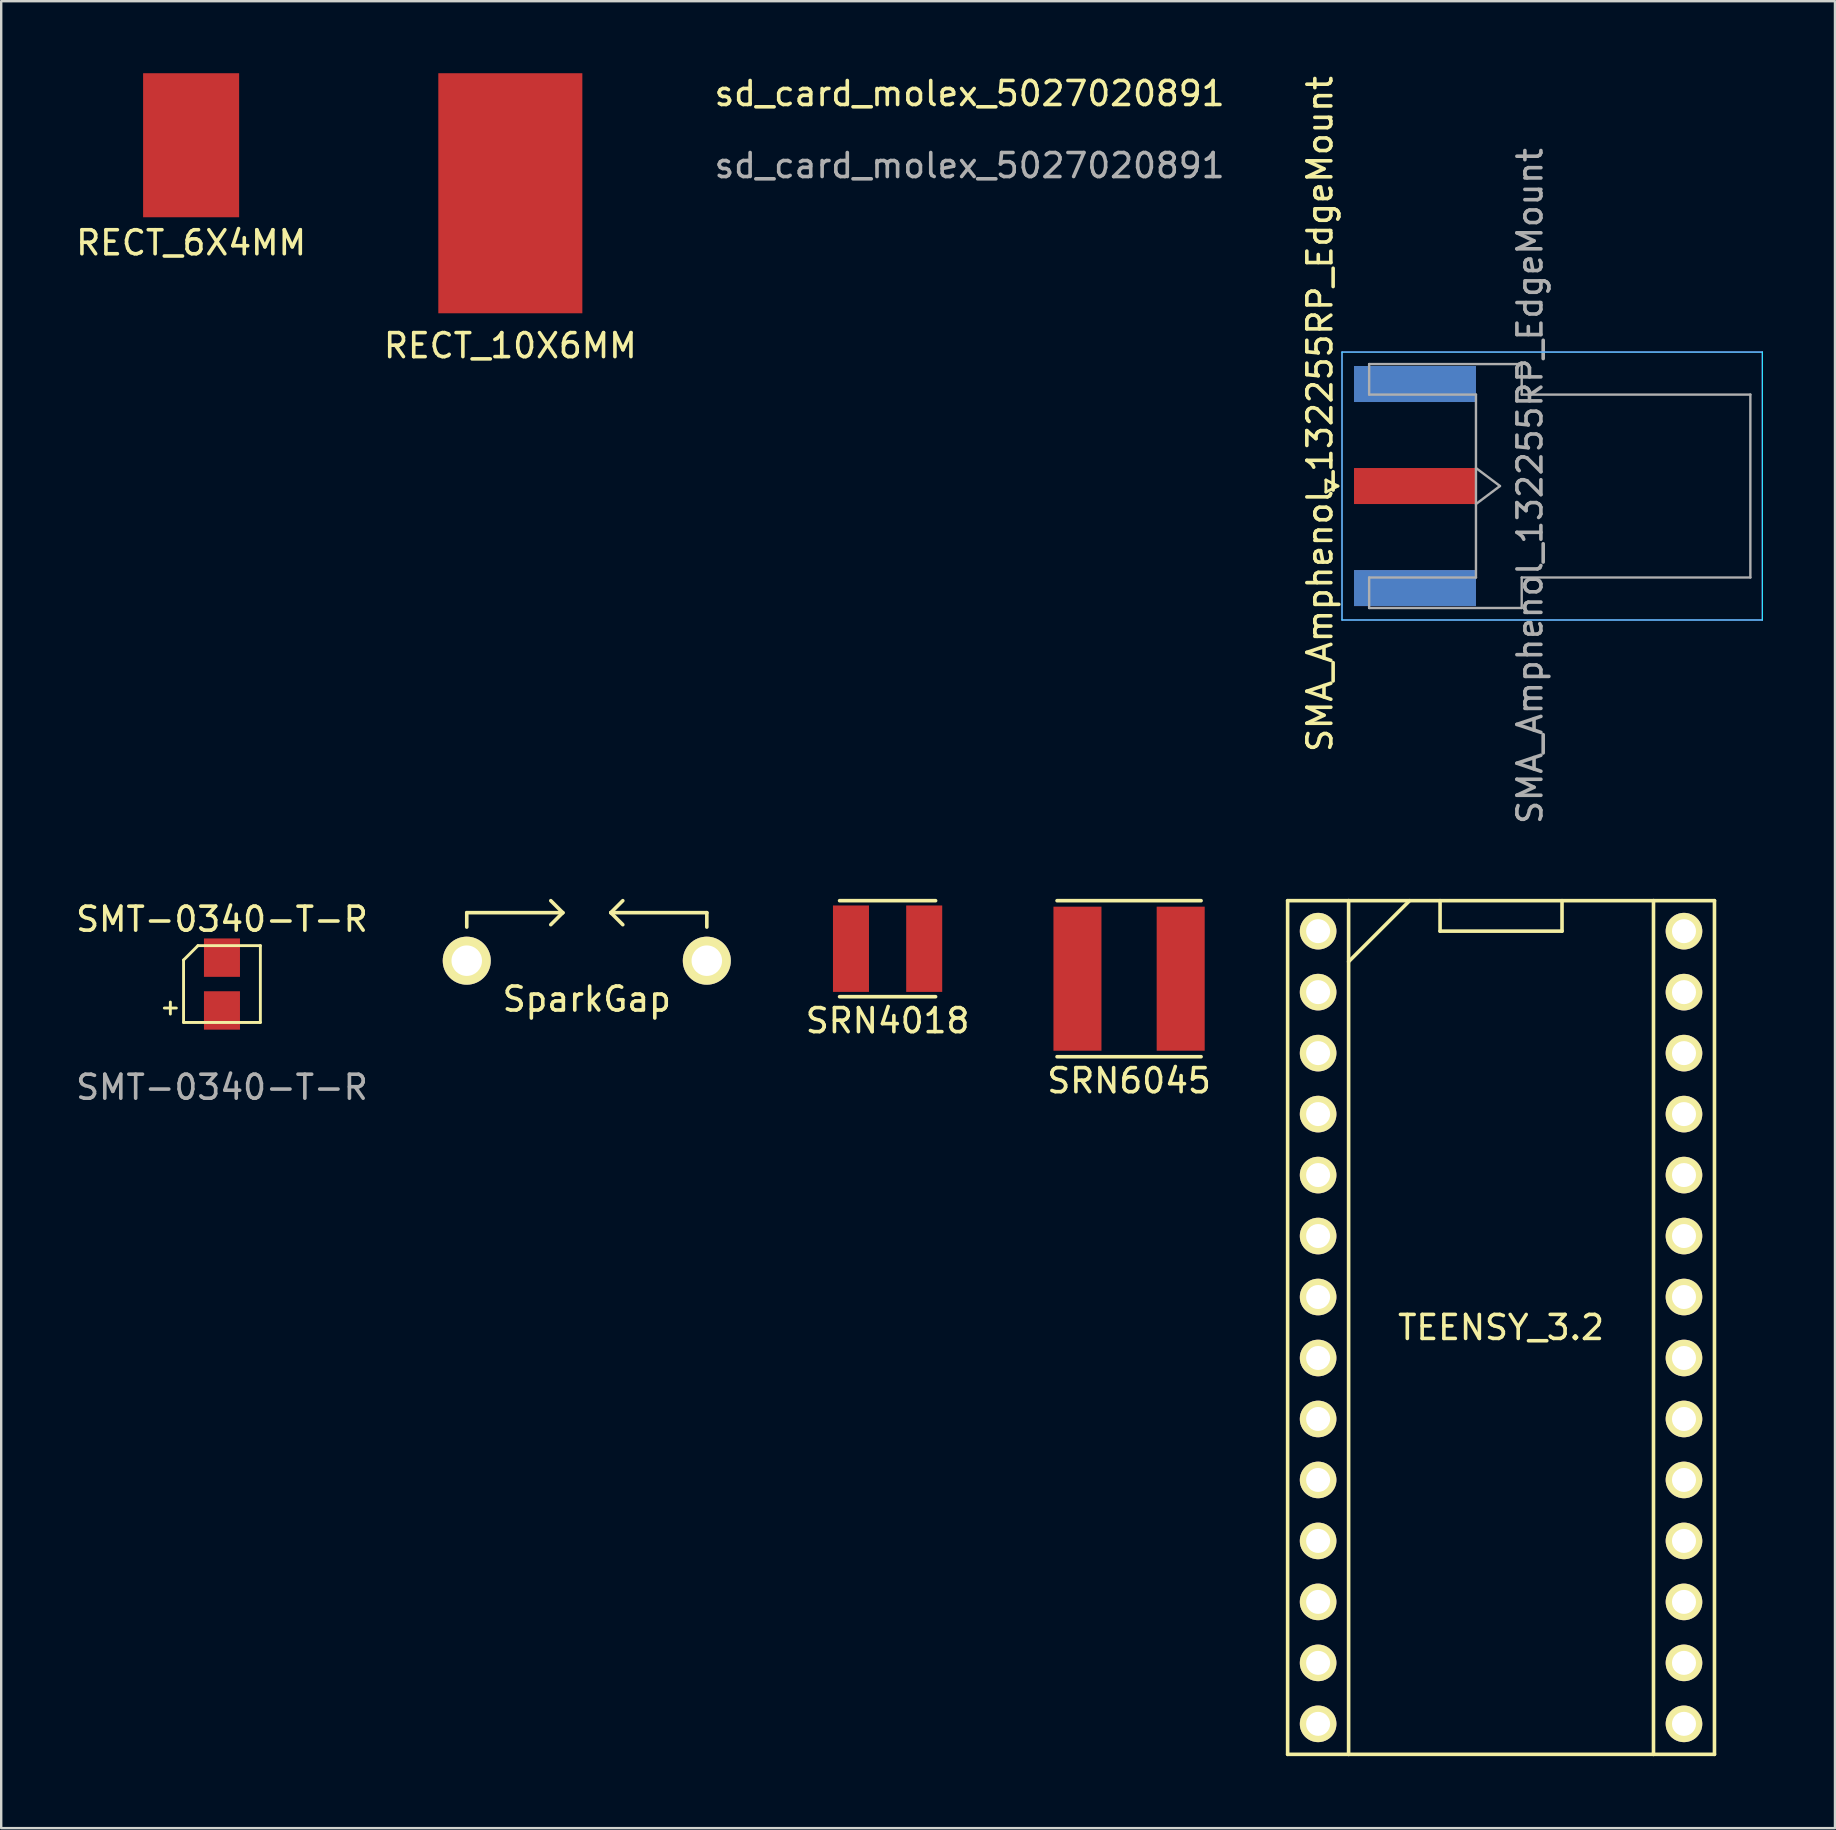
<source format=kicad_pcb>
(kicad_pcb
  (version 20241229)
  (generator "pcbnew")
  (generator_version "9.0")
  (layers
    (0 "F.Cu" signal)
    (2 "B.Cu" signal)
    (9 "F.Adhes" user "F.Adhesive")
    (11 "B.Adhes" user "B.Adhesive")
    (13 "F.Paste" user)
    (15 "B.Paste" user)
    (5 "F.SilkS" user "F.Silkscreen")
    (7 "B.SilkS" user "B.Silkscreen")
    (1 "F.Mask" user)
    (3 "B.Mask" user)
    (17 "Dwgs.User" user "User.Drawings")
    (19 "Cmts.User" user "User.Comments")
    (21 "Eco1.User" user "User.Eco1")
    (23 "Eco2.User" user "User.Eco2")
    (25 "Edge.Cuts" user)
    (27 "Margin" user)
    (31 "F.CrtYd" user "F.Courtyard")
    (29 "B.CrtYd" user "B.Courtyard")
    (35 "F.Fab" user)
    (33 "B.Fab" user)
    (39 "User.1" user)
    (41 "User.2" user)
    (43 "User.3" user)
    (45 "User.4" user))
  (footprint "SparkGap"
    (layer "F.Cu")
    (at 16.393 36.968)
    (property "Reference" "SparkGap" (at 5 1.6 0) (layer "F.SilkS") (effects (font (size 1 1) (thickness 0.15))))
    (attr through_hole)
    (fp_line (start 0 -1.4) (end 0 -2) (stroke (width 0.15) (type solid)) (layer "F.SilkS"))
    (fp_line (start 3.5 -2.5) (end 4 -2) (stroke (width 0.15) (type solid)) (layer "F.SilkS"))
    (fp_line (start 4 -2) (end 0 -2) (stroke (width 0.15) (type solid)) (layer "F.SilkS"))
    (fp_line (start 4 -2) (end 3.5 -1.5) (stroke (width 0.15) (type solid)) (layer "F.SilkS"))
    (fp_line (start 6 -2) (end 6.5 -2.5) (stroke (width 0.15) (type solid)) (layer "F.SilkS"))
    (fp_line (start 6 -2) (end 6.5 -1.5) (stroke (width 0.15) (type solid)) (layer "F.SilkS"))
    (fp_line (start 6 -2) (end 10 -2) (stroke (width 0.15) (type solid)) (layer "F.SilkS"))
    (fp_line (start 10 -2) (end 10 -1.4) (stroke (width 0.15) (type solid)) (layer "F.SilkS"))
    (pad "1" thru_hole circle (at 0 0) (size 2 2) (drill 1.27) (layers "*.Cu" "*.Mask" "F.SilkS"))
    (pad "2" thru_hole circle (at 10 0) (size 2 2) (drill 1.27) (layers "*.Cu" "*.Mask" "F.SilkS")))
  (footprint "SMT-0340-T-R"
    (layer "F.Cu")
    (at 6.196 37.941)
    (property "Reference" "SMT-0340-T-R" (at 0 -2.7 0) (unlocked yes) (layer "F.SilkS") (effects (font (size 1 1) (thickness 0.15))))
    (fp_line (start -2.4 1) (end -1.9 1) (stroke (width 0.12) (type solid)) (layer "F.SilkS"))
    (fp_line (start -2.15 0.75) (end -2.15 1.25) (stroke (width 0.12) (type solid)) (layer "F.SilkS"))
    (fp_line (start -1.6 -1) (end -1.6 1.6) (stroke (width 0.12) (type solid)) (layer "F.SilkS"))
    (fp_line (start -1.6 -1) (end -1 -1.6) (stroke (width 0.12) (type solid)) (layer "F.SilkS"))
    (fp_line (start -1.6 1.6) (end 1.6 1.6) (stroke (width 0.12) (type solid)) (layer "F.SilkS"))
    (fp_line (start 1.6 -1.6) (end -1 -1.6) (stroke (width 0.12) (type solid)) (layer "F.SilkS"))
    (fp_line (start 1.6 1.6) (end 1.6 -1.6) (stroke (width 0.12) (type solid)) (layer "F.SilkS"))
    (fp_text user "${REFERENCE}" (at 0 4.3 0) (unlocked yes) (layer "F.Fab") (effects (font (size 1 1) (thickness 0.15))))
    (pad "1" smd rect (at 0 1.1) (size 1.5 1.6) (layers "F.Cu" "F.Mask" "F.Paste"))
    (pad "2" smd rect (at 0 -1.1) (size 1.5 1.6) (layers "F.Cu" "F.Mask" "F.Paste")))
  (footprint "TEENSY_3.2"
    (layer "F.Cu")
    (at 59.477 52.248)
    (property "Reference" "TEENSY_3.2" (at 0 0 0) (layer "F.SilkS") (effects (font (size 1 1) (thickness 0.15))))
    (attr through_hole)
    (fp_line (start -8.89 -17.78) (end -8.89 17.78) (stroke (width 0.15) (type solid)) (layer "F.SilkS"))
    (fp_line (start -8.89 -17.78) (end -6.35 -17.78) (stroke (width 0.15) (type solid)) (layer "F.SilkS"))
    (fp_line (start -8.89 17.78) (end -6.35 17.78) (stroke (width 0.15) (type solid)) (layer "F.SilkS"))
    (fp_line (start -6.35 -17.78) (end 6.35 -17.78) (stroke (width 0.15) (type solid)) (layer "F.SilkS"))
    (fp_line (start -6.35 17.78) (end -6.35 -17.78) (stroke (width 0.15) (type solid)) (layer "F.SilkS"))
    (fp_line (start -6.35 17.78) (end 6.35 17.78) (stroke (width 0.15) (type solid)) (layer "F.SilkS"))
    (fp_line (start -3.81 -17.78) (end -6.35 -15.24) (stroke (width 0.15) (type solid)) (layer "F.SilkS"))
    (fp_line (start -2.54 -17.78) (end -2.54 -16.51) (stroke (width 0.15) (type solid)) (layer "F.SilkS"))
    (fp_line (start -2.54 -16.51) (end 2.54 -16.51) (stroke (width 0.15) (type solid)) (layer "F.SilkS"))
    (fp_line (start 2.54 -16.51) (end 2.54 -17.78) (stroke (width 0.15) (type solid)) (layer "F.SilkS"))
    (fp_line (start 6.35 -17.78) (end 8.89 -17.78) (stroke (width 0.15) (type solid)) (layer "F.SilkS"))
    (fp_line (start 6.35 17.78) (end 6.35 -17.78) (stroke (width 0.15) (type solid)) (layer "F.SilkS"))
    (fp_line (start 8.89 -17.78) (end 8.89 17.78) (stroke (width 0.15) (type solid)) (layer "F.SilkS"))
    (fp_line (start 8.89 17.78) (end 6.35 17.78) (stroke (width 0.15) (type solid)) (layer "F.SilkS"))
    (pad "1" thru_hole circle (at -7.62 -16.51) (size 1.524 1.524) (drill 1) (layers "*.Cu" "*.Mask" "F.SilkS"))
    (pad "2" thru_hole circle (at -7.62 -13.97) (size 1.524 1.524) (drill 1) (layers "*.Cu" "*.Mask" "F.SilkS"))
    (pad "3" thru_hole circle (at -7.62 -11.43) (size 1.524 1.524) (drill 1) (layers "*.Cu" "*.Mask" "F.SilkS"))
    (pad "4" thru_hole circle (at -7.62 -8.89) (size 1.524 1.524) (drill 1) (layers "*.Cu" "*.Mask" "F.SilkS"))
    (pad "5" thru_hole circle (at -7.62 -6.35) (size 1.524 1.524) (drill 1) (layers "*.Cu" "*.Mask" "F.SilkS"))
    (pad "6" thru_hole circle (at -7.62 -3.81) (size 1.524 1.524) (drill 1) (layers "*.Cu" "*.Mask" "F.SilkS"))
    (pad "7" thru_hole circle (at -7.62 -1.27) (size 1.524 1.524) (drill 1) (layers "*.Cu" "*.Mask" "F.SilkS"))
    (pad "8" thru_hole circle (at -7.62 1.27) (size 1.524 1.524) (drill 1) (layers "*.Cu" "*.Mask" "F.SilkS"))
    (pad "9" thru_hole circle (at -7.62 3.81) (size 1.524 1.524) (drill 1) (layers "*.Cu" "*.Mask" "F.SilkS"))
    (pad "10" thru_hole circle (at -7.62 6.35) (size 1.524 1.524) (drill 1) (layers "*.Cu" "*.Mask" "F.SilkS"))
    (pad "11" thru_hole circle (at -7.62 8.89) (size 1.524 1.524) (drill 1) (layers "*.Cu" "*.Mask" "F.SilkS"))
    (pad "12" thru_hole circle (at -7.62 11.43) (size 1.524 1.524) (drill 1) (layers "*.Cu" "*.Mask" "F.SilkS"))
    (pad "13" thru_hole circle (at -7.62 13.97) (size 1.524 1.524) (drill 1) (layers "*.Cu" "*.Mask" "F.SilkS"))
    (pad "14" thru_hole circle (at -7.62 16.51) (size 1.524 1.524) (drill 1) (layers "*.Cu" "*.Mask" "F.SilkS"))
    (pad "15" thru_hole circle (at 7.62 16.51) (size 1.524 1.524) (drill 1) (layers "*.Cu" "*.Mask" "F.SilkS"))
    (pad "16" thru_hole circle (at 7.62 13.97) (size 1.524 1.524) (drill 1) (layers "*.Cu" "*.Mask" "F.SilkS"))
    (pad "17" thru_hole circle (at 7.62 11.43) (size 1.524 1.524) (drill 1) (layers "*.Cu" "*.Mask" "F.SilkS"))
    (pad "18" thru_hole circle (at 7.62 8.89) (size 1.524 1.524) (drill 1) (layers "*.Cu" "*.Mask" "F.SilkS"))
    (pad "19" thru_hole circle (at 7.62 6.35) (size 1.524 1.524) (drill 1) (layers "*.Cu" "*.Mask" "F.SilkS"))
    (pad "20" thru_hole circle (at 7.62 3.81) (size 1.524 1.524) (drill 1) (layers "*.Cu" "*.Mask" "F.SilkS"))
    (pad "21" thru_hole circle (at 7.62 1.27) (size 1.524 1.524) (drill 1) (layers "*.Cu" "*.Mask" "F.SilkS"))
    (pad "22" thru_hole circle (at 7.62 -1.27) (size 1.524 1.524) (drill 1) (layers "*.Cu" "*.Mask" "F.SilkS"))
    (pad "23" thru_hole circle (at 7.62 -3.81) (size 1.524 1.524) (drill 1) (layers "*.Cu" "*.Mask" "F.SilkS"))
    (pad "24" thru_hole circle (at 7.62 -6.35) (size 1.524 1.524) (drill 1) (layers "*.Cu" "*.Mask" "F.SilkS"))
    (pad "25" thru_hole circle (at 7.62 -8.89) (size 1.524 1.524) (drill 1) (layers "*.Cu" "*.Mask" "F.SilkS"))
    (pad "26" thru_hole circle (at 7.62 -11.43) (size 1.524 1.524) (drill 1) (layers "*.Cu" "*.Mask" "F.SilkS"))
    (pad "27" thru_hole circle (at 7.62 -13.97) (size 1.524 1.524) (drill 1) (layers "*.Cu" "*.Mask" "F.SilkS"))
    (pad "28" thru_hole circle (at 7.62 -16.51) (size 1.524 1.524) (drill 1) (layers "*.Cu" "*.Mask" "F.SilkS")))
  (footprint "RECT_6X4MM"
    (layer "F.Cu")
    (at 4.911 3)
    (property "Reference" "RECT_6X4MM" (at 0 4.064 0) (layer "F.SilkS") (effects (font (size 1 1) (thickness 0.15))))
    (attr through_hole)
    (pad "1" smd rect (at 0 0) (size 4 6) (layers "F.Cu" "F.Mask" "F.Paste")))
  (footprint "SRN4018"
    (layer "F.Cu")
    (at 33.923 36.468)
    (property "Reference" "SRN4018" (at 0 3 0) (layer "F.SilkS") (effects (font (size 1 1) (thickness 0.15))))
    (attr through_hole)
    (fp_line (start -2 -2) (end 2 -2) (stroke (width 0.15) (type solid)) (layer "F.SilkS"))
    (fp_line (start -2 2) (end 2 2) (stroke (width 0.15) (type solid)) (layer "F.SilkS"))
    (pad "1" smd rect (at -1.525 0) (size 1.5 3.6) (layers "F.Cu" "F.Mask" "F.Paste"))
    (pad "2" smd rect (at 1.525 0) (size 1.5 3.6) (layers "F.Cu" "F.Mask" "F.Paste")))
  (footprint "RECT_10X6MM"
    (layer "F.Cu")
    (at 18.208 5)
    (property "Reference" "RECT_10X6MM" (at 0 6.35 0) (layer "F.SilkS") (effects (font (size 1 1) (thickness 0.15))))
    (attr through_hole)
    (pad "1" smd rect (at 0 0) (size 6 10) (layers "F.Cu" "F.Mask" "F.Paste")))
  (footprint "SRN6045"
    (layer "F.Cu")
    (at 43.982 37.718)
    (property "Reference" "SRN6045" (at 0 4.25 0) (layer "F.SilkS") (effects (font (size 1 1) (thickness 0.15))))
    (attr through_hole)
    (fp_line (start -3 -3.25) (end 3 -3.25) (stroke (width 0.15) (type solid)) (layer "F.SilkS"))
    (fp_line (start -3 3.25) (end 3 3.25) (stroke (width 0.15) (type solid)) (layer "F.SilkS"))
    (pad "1" smd rect (at -2.15 0) (size 2 6) (layers "F.Cu" "F.Mask" "F.Paste"))
    (pad "2" smd rect (at 2.15 0) (size 2 6) (layers "F.Cu" "F.Mask" "F.Paste")))
  (footprint "SMA_Amphenol_132255RP_EdgeMount"
    (layer "F.Cu")
    (at 55.892 17.196)
    (property "Reference" "SMA_Amphenol_132255RP_EdgeMount" (at -3.96 -3 90) (layer "F.SilkS") (effects (font (size 1 1) (thickness 0.15))))
    (attr smd)
    (fp_line (start -3.71 -0.25) (end -3.71 0.25) (stroke (width 0.12) (type solid)) (layer "F.SilkS"))
    (fp_line (start -3.71 0.25) (end -3.21 0) (stroke (width 0.12) (type solid)) (layer "F.SilkS"))
    (fp_line (start -3.21 0) (end -3.71 -0.25) (stroke (width 0.12) (type solid)) (layer "F.SilkS"))
    (fp_line (start -3.04 5.58) (end -3.04 -5.58) (stroke (width 0.05) (type solid)) (layer "B.CrtYd"))
    (fp_line (start 14.47 -5.58) (end -3.04 -5.58) (stroke (width 0.05) (type solid)) (layer "B.CrtYd"))
    (fp_line (start 14.47 -5.58) (end 14.47 5.58) (stroke (width 0.05) (type solid)) (layer "B.CrtYd"))
    (fp_line (start 14.47 5.58) (end -3.04 5.58) (stroke (width 0.05) (type solid)) (layer "B.CrtYd"))
    (fp_line (start -3.04 5.58) (end -3.04 -5.58) (stroke (width 0.05) (type solid)) (layer "F.CrtYd"))
    (fp_line (start 14.47 -5.58) (end -3.04 -5.58) (stroke (width 0.05) (type solid)) (layer "F.CrtYd"))
    (fp_line (start 14.47 -5.58) (end 14.47 5.58) (stroke (width 0.05) (type solid)) (layer "F.CrtYd"))
    (fp_line (start 14.47 5.58) (end -3.04 5.58) (stroke (width 0.05) (type solid)) (layer "F.CrtYd"))
    (fp_line (start -1.91 -5.08) (end -1.91 -3.81) (stroke (width 0.1) (type solid)) (layer "F.Fab"))
    (fp_line (start -1.91 -5.08) (end 4.445 -5.08) (stroke (width 0.1) (type solid)) (layer "F.Fab"))
    (fp_line (start -1.91 -3.81) (end 2.54 -3.81) (stroke (width 0.1) (type solid)) (layer "F.Fab"))
    (fp_line (start -1.91 3.81) (end -1.91 5.08) (stroke (width 0.1) (type solid)) (layer "F.Fab"))
    (fp_line (start -1.91 5.08) (end 4.445 5.08) (stroke (width 0.1) (type solid)) (layer "F.Fab"))
    (fp_line (start 2.54 -3.81) (end 2.54 3.81) (stroke (width 0.1) (type solid)) (layer "F.Fab"))
    (fp_line (start 2.54 -0.75) (end 3.54 0) (stroke (width 0.1) (type solid)) (layer "F.Fab"))
    (fp_line (start 2.54 3.81) (end -1.91 3.81) (stroke (width 0.1) (type solid)) (layer "F.Fab"))
    (fp_line (start 3.54 0) (end 2.54 0.75) (stroke (width 0.1) (type solid)) (layer "F.Fab"))
    (fp_line (start 4.445 -3.81) (end 4.445 -5.08) (stroke (width 0.1) (type solid)) (layer "F.Fab"))
    (fp_line (start 4.445 -3.81) (end 13.97 -3.81) (stroke (width 0.1) (type solid)) (layer "F.Fab"))
    (fp_line (start 4.445 5.08) (end 4.445 3.81) (stroke (width 0.1) (type solid)) (layer "F.Fab"))
    (fp_line (start 13.97 -3.81) (end 13.97 3.81) (stroke (width 0.1) (type solid)) (layer "F.Fab"))
    (fp_line (start 13.97 3.81) (end 4.445 3.81) (stroke (width 0.1) (type solid)) (layer "F.Fab"))
    (fp_text user "${REFERENCE}" (at 4.79 0 270) (layer "F.Fab") (effects (font (size 1 1) (thickness 0.15))))
    (pad "1" smd rect (at 0 0 90) (size 1.5 5.08) (layers "F.Cu" "F.Mask" "F.Paste"))
    (pad "2" smd rect (at 0 -4.25 90) (size 1.5 5.08) (layers "F.Cu" "F.Mask" "F.Paste"))
    (pad "2" smd rect (at 0 -4.25 90) (size 1.5 5.08) (layers "B.Cu" "B.Mask" "B.Paste"))
    (pad "2" smd rect (at 0 4.25 90) (size 1.5 5.08) (layers "F.Cu" "F.Mask" "F.Paste"))
    (pad "2" smd rect (at 0 4.25 90) (size 1.5 5.08) (layers "B.Cu" "B.Mask" "B.Paste")))
  (footprint "sd_card_molex_5027020891"
    (layer "F.Cu")
    (at 37.339 1.348)
    (property "Reference" "sd_card_molex_5027020891" (at 0 -0.5 0) (unlocked yes) (layer "F.SilkS") (effects (font (size 1 1) (thickness 0.15))))
    (fp_text user "${REFERENCE}" (at 0 2.5 0) (unlocked yes) (layer "F.Fab") (effects (font (size 1 1) (thickness 0.15)))))
  (gr_rect
    (start -3 -3)
    (end 73.387 73.103)
    (stroke (width 0.1) (type default))
    (fill no)
    (layer "Edge.Cuts")))
</source>
